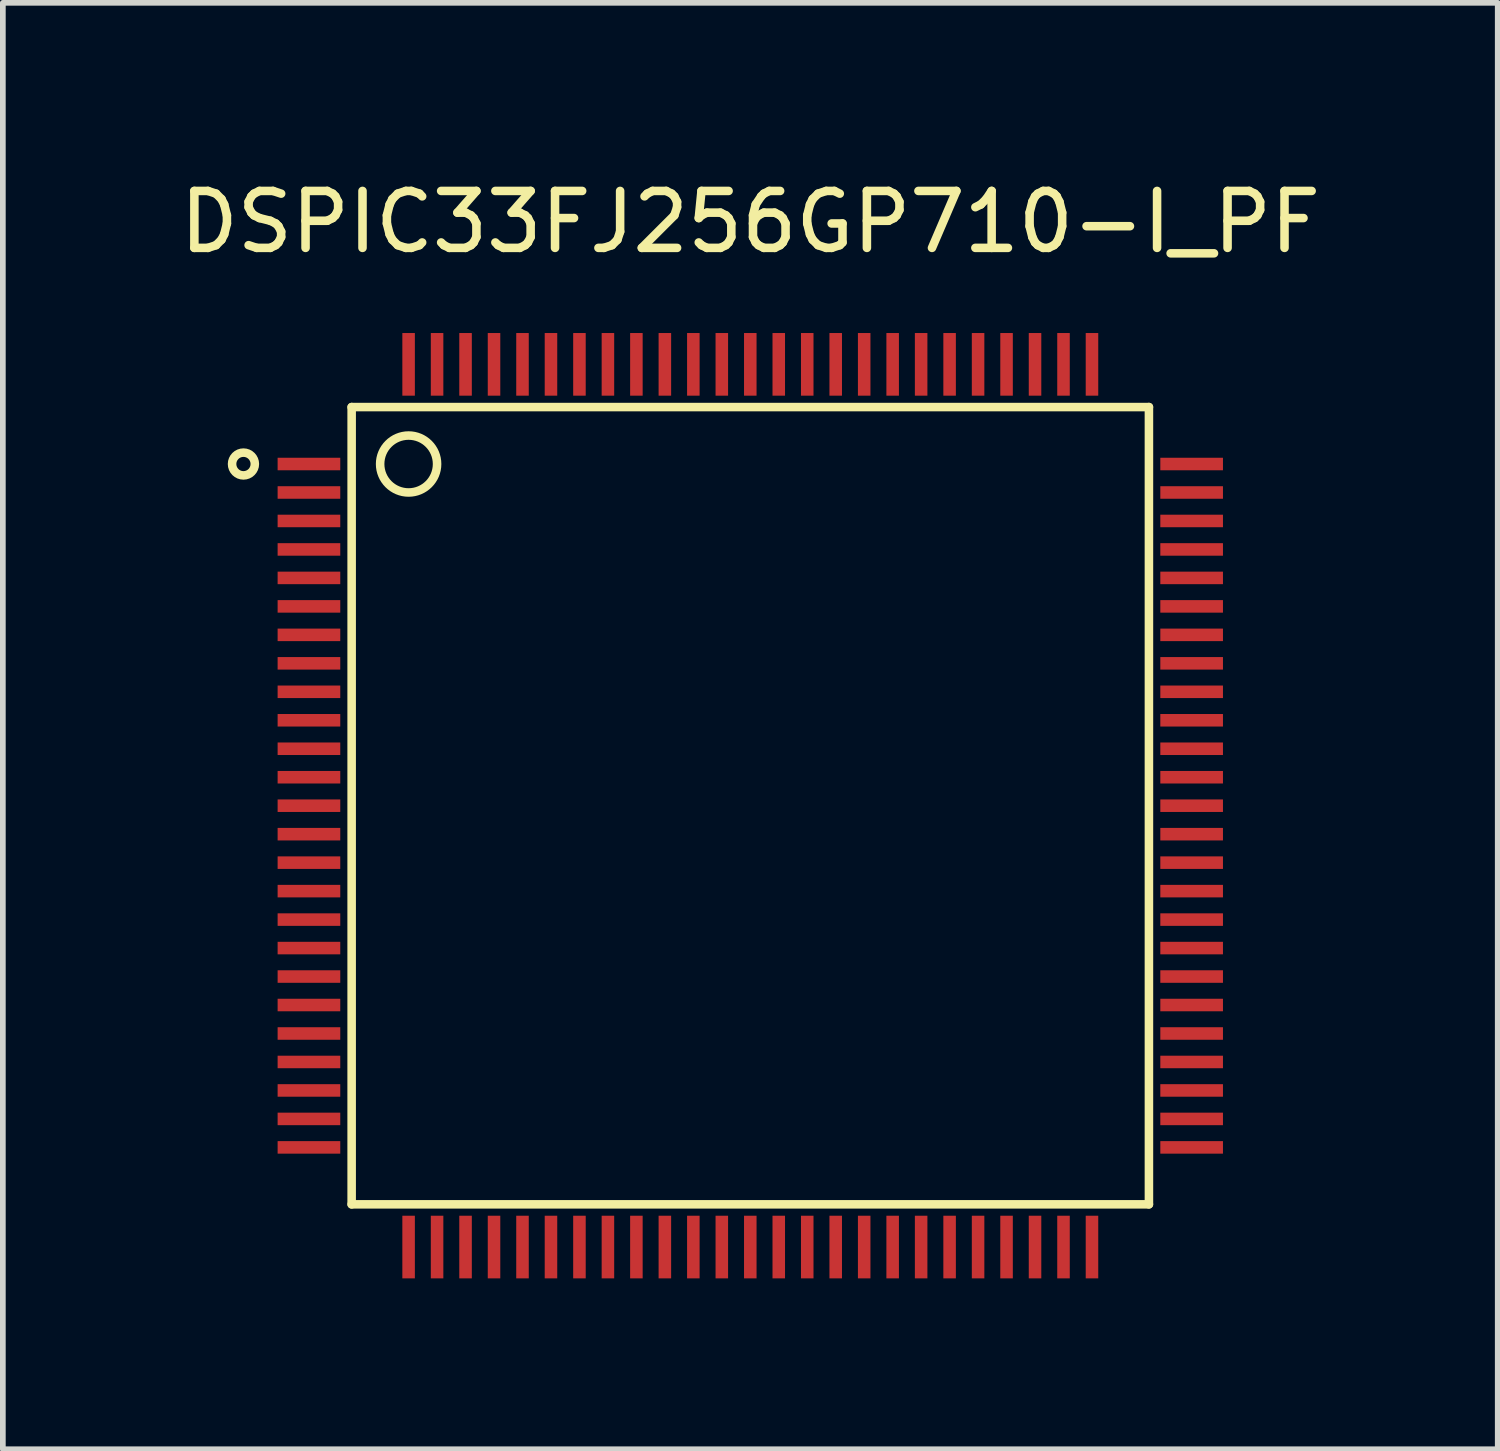
<source format=kicad_pcb>
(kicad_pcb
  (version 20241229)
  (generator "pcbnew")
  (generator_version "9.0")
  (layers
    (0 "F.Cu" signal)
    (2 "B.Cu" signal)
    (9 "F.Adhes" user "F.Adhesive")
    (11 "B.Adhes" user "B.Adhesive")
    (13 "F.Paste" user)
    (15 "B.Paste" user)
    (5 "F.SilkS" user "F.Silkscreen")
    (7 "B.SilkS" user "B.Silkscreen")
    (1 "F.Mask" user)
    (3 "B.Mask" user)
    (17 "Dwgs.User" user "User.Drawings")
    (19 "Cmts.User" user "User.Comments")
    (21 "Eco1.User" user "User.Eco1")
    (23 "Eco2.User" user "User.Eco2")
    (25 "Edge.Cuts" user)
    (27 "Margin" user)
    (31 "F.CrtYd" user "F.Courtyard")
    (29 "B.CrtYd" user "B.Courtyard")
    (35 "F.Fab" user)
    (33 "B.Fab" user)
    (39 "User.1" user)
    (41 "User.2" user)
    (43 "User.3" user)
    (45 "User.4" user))
  (footprint "DSPIC33FJ256GP710-I_PF"
    (layer "F.Cu")
    (at 2.375 3.348)
    (property "Reference" "DSPIC33FJ256GP710-I_PF" (at 7.75 -2.5 0) (layer "F.SilkS") (effects (font (size 1 1) (thickness 0.15))))
    (attr through_hole)
    (fp_line (start 0.75 0.75) (end 0.75 14.75) (stroke (width 0.15) (type solid)) (layer "F.SilkS"))
    (fp_line (start 0.75 0.75) (end 14.75 0.75) (stroke (width 0.15) (type solid)) (layer "F.SilkS"))
    (fp_line (start 0.75 14.75) (end 14.75 14.75) (stroke (width 0.15) (type solid)) (layer "F.SilkS"))
    (fp_line (start 14.75 14.75) (end 14.75 0.75) (stroke (width 0.15) (type solid)) (layer "F.SilkS"))
    (fp_circle (center -1.15 1.75) (end -1.15 1.55) (stroke (width 0.15) (type solid)) (fill no) (layer "F.SilkS"))
    (fp_circle (center 1.75 1.75) (end 1.75 1.25) (stroke (width 0.15) (type solid)) (fill no) (layer "F.SilkS"))
    (pad "1" smd rect (at 0 1.75) (size 1.1 0.22) (layers "F.Cu" "F.Mask" "F.Paste"))
    (pad "2" smd rect (at 0 2.25) (size 1.1 0.22) (layers "F.Cu" "F.Mask" "F.Paste"))
    (pad "3" smd rect (at 0 2.75) (size 1.1 0.22) (layers "F.Cu" "F.Mask" "F.Paste"))
    (pad "4" smd rect (at 0 3.25) (size 1.1 0.22) (layers "F.Cu" "F.Mask" "F.Paste"))
    (pad "5" smd rect (at 0 3.75) (size 1.1 0.22) (layers "F.Cu" "F.Mask" "F.Paste"))
    (pad "6" smd rect (at 0 4.25) (size 1.1 0.22) (layers "F.Cu" "F.Mask" "F.Paste"))
    (pad "7" smd rect (at 0 4.75) (size 1.1 0.22) (layers "F.Cu" "F.Mask" "F.Paste"))
    (pad "8" smd rect (at 0 5.25) (size 1.1 0.22) (layers "F.Cu" "F.Mask" "F.Paste"))
    (pad "9" smd rect (at 0 5.75) (size 1.1 0.22) (layers "F.Cu" "F.Mask" "F.Paste"))
    (pad "10" smd rect (at 0 6.25) (size 1.1 0.22) (layers "F.Cu" "F.Mask" "F.Paste"))
    (pad "11" smd rect (at 0 6.75) (size 1.1 0.22) (layers "F.Cu" "F.Mask" "F.Paste"))
    (pad "12" smd rect (at 0 7.25) (size 1.1 0.22) (layers "F.Cu" "F.Mask" "F.Paste"))
    (pad "13" smd rect (at 0 7.75) (size 1.1 0.22) (layers "F.Cu" "F.Mask" "F.Paste"))
    (pad "14" smd rect (at 0 8.25) (size 1.1 0.22) (layers "F.Cu" "F.Mask" "F.Paste"))
    (pad "15" smd rect (at 0 8.75) (size 1.1 0.22) (layers "F.Cu" "F.Mask" "F.Paste"))
    (pad "16" smd rect (at 0 9.25) (size 1.1 0.22) (layers "F.Cu" "F.Mask" "F.Paste"))
    (pad "17" smd rect (at 0 9.75) (size 1.1 0.22) (layers "F.Cu" "F.Mask" "F.Paste"))
    (pad "18" smd rect (at 0 10.25) (size 1.1 0.22) (layers "F.Cu" "F.Mask" "F.Paste"))
    (pad "19" smd rect (at 0 10.75) (size 1.1 0.22) (layers "F.Cu" "F.Mask" "F.Paste"))
    (pad "20" smd rect (at 0 11.25) (size 1.1 0.22) (layers "F.Cu" "F.Mask" "F.Paste"))
    (pad "21" smd rect (at 0 11.75) (size 1.1 0.22) (layers "F.Cu" "F.Mask" "F.Paste"))
    (pad "22" smd rect (at 0 12.25) (size 1.1 0.22) (layers "F.Cu" "F.Mask" "F.Paste"))
    (pad "23" smd rect (at 0 12.75) (size 1.1 0.22) (layers "F.Cu" "F.Mask" "F.Paste"))
    (pad "24" smd rect (at 0 13.25) (size 1.1 0.22) (layers "F.Cu" "F.Mask" "F.Paste"))
    (pad "25" smd rect (at 0 13.75) (size 1.1 0.22) (layers "F.Cu" "F.Mask" "F.Paste"))
    (pad "26" smd rect (at 1.75 15.5) (size 0.22 1.1) (layers "F.Cu" "F.Mask" "F.Paste"))
    (pad "27" smd rect (at 2.25 15.5) (size 0.22 1.1) (layers "F.Cu" "F.Mask" "F.Paste"))
    (pad "28" smd rect (at 2.75 15.5) (size 0.22 1.1) (layers "F.Cu" "F.Mask" "F.Paste"))
    (pad "29" smd rect (at 3.25 15.5) (size 0.22 1.1) (layers "F.Cu" "F.Mask" "F.Paste"))
    (pad "30" smd rect (at 3.75 15.5) (size 0.22 1.1) (layers "F.Cu" "F.Mask" "F.Paste"))
    (pad "31" smd rect (at 4.25 15.5) (size 0.22 1.1) (layers "F.Cu" "F.Mask" "F.Paste"))
    (pad "32" smd rect (at 4.75 15.5) (size 0.22 1.1) (layers "F.Cu" "F.Mask" "F.Paste"))
    (pad "33" smd rect (at 5.25 15.5) (size 0.22 1.1) (layers "F.Cu" "F.Mask" "F.Paste"))
    (pad "34" smd rect (at 5.75 15.5) (size 0.22 1.1) (layers "F.Cu" "F.Mask" "F.Paste"))
    (pad "35" smd rect (at 6.25 15.5) (size 0.22 1.1) (layers "F.Cu" "F.Mask" "F.Paste"))
    (pad "36" smd rect (at 6.75 15.5) (size 0.22 1.1) (layers "F.Cu" "F.Mask" "F.Paste"))
    (pad "37" smd rect (at 7.25 15.5) (size 0.22 1.1) (layers "F.Cu" "F.Mask" "F.Paste"))
    (pad "38" smd rect (at 7.75 15.5) (size 0.22 1.1) (layers "F.Cu" "F.Mask" "F.Paste"))
    (pad "39" smd rect (at 8.25 15.5) (size 0.22 1.1) (layers "F.Cu" "F.Mask" "F.Paste"))
    (pad "40" smd rect (at 8.75 15.5) (size 0.22 1.1) (layers "F.Cu" "F.Mask" "F.Paste"))
    (pad "41" smd rect (at 9.25 15.5) (size 0.22 1.1) (layers "F.Cu" "F.Mask" "F.Paste"))
    (pad "42" smd rect (at 9.75 15.5) (size 0.22 1.1) (layers "F.Cu" "F.Mask" "F.Paste"))
    (pad "43" smd rect (at 10.25 15.5) (size 0.22 1.1) (layers "F.Cu" "F.Mask" "F.Paste"))
    (pad "44" smd rect (at 10.75 15.5) (size 0.22 1.1) (layers "F.Cu" "F.Mask" "F.Paste"))
    (pad "45" smd rect (at 11.25 15.5) (size 0.22 1.1) (layers "F.Cu" "F.Mask" "F.Paste"))
    (pad "46" smd rect (at 11.75 15.5) (size 0.22 1.1) (layers "F.Cu" "F.Mask" "F.Paste"))
    (pad "47" smd rect (at 12.25 15.5) (size 0.22 1.1) (layers "F.Cu" "F.Mask" "F.Paste"))
    (pad "48" smd rect (at 12.75 15.5) (size 0.22 1.1) (layers "F.Cu" "F.Mask" "F.Paste"))
    (pad "49" smd rect (at 13.25 15.5) (size 0.22 1.1) (layers "F.Cu" "F.Mask" "F.Paste"))
    (pad "50" smd rect (at 13.75 15.5) (size 0.22 1.1) (layers "F.Cu" "F.Mask" "F.Paste"))
    (pad "51" smd rect (at 15.5 13.75) (size 1.1 0.22) (layers "F.Cu" "F.Mask" "F.Paste"))
    (pad "52" smd rect (at 15.5 13.25) (size 1.1 0.22) (layers "F.Cu" "F.Mask" "F.Paste"))
    (pad "53" smd rect (at 15.5 12.75) (size 1.1 0.22) (layers "F.Cu" "F.Mask" "F.Paste"))
    (pad "54" smd rect (at 15.5 12.25) (size 1.1 0.22) (layers "F.Cu" "F.Mask" "F.Paste"))
    (pad "55" smd rect (at 15.5 11.75) (size 1.1 0.22) (layers "F.Cu" "F.Mask" "F.Paste"))
    (pad "56" smd rect (at 15.5 11.25) (size 1.1 0.22) (layers "F.Cu" "F.Mask" "F.Paste"))
    (pad "57" smd rect (at 15.5 10.75) (size 1.1 0.22) (layers "F.Cu" "F.Mask" "F.Paste"))
    (pad "58" smd rect (at 15.5 10.25) (size 1.1 0.22) (layers "F.Cu" "F.Mask" "F.Paste"))
    (pad "59" smd rect (at 15.5 9.75) (size 1.1 0.22) (layers "F.Cu" "F.Mask" "F.Paste"))
    (pad "60" smd rect (at 15.5 9.25) (size 1.1 0.22) (layers "F.Cu" "F.Mask" "F.Paste"))
    (pad "61" smd rect (at 15.5 8.75) (size 1.1 0.22) (layers "F.Cu" "F.Mask" "F.Paste"))
    (pad "62" smd rect (at 15.5 8.25) (size 1.1 0.22) (layers "F.Cu" "F.Mask" "F.Paste"))
    (pad "63" smd rect (at 15.5 7.75) (size 1.1 0.22) (layers "F.Cu" "F.Mask" "F.Paste"))
    (pad "64" smd rect (at 15.5 7.25) (size 1.1 0.22) (layers "F.Cu" "F.Mask" "F.Paste"))
    (pad "65" smd rect (at 15.5 6.75) (size 1.1 0.22) (layers "F.Cu" "F.Mask" "F.Paste"))
    (pad "66" smd rect (at 15.5 6.25) (size 1.1 0.22) (layers "F.Cu" "F.Mask" "F.Paste"))
    (pad "67" smd rect (at 15.5 5.75) (size 1.1 0.22) (layers "F.Cu" "F.Mask" "F.Paste"))
    (pad "68" smd rect (at 15.5 5.25) (size 1.1 0.22) (layers "F.Cu" "F.Mask" "F.Paste"))
    (pad "69" smd rect (at 15.5 4.75) (size 1.1 0.22) (layers "F.Cu" "F.Mask" "F.Paste"))
    (pad "70" smd rect (at 15.5 4.25) (size 1.1 0.22) (layers "F.Cu" "F.Mask" "F.Paste"))
    (pad "71" smd rect (at 15.5 3.75) (size 1.1 0.22) (layers "F.Cu" "F.Mask" "F.Paste"))
    (pad "72" smd rect (at 15.5 3.25) (size 1.1 0.22) (layers "F.Cu" "F.Mask" "F.Paste"))
    (pad "73" smd rect (at 15.5 2.75) (size 1.1 0.22) (layers "F.Cu" "F.Mask" "F.Paste"))
    (pad "74" smd rect (at 15.5 2.25) (size 1.1 0.22) (layers "F.Cu" "F.Mask" "F.Paste"))
    (pad "75" smd rect (at 15.5 1.75) (size 1.1 0.22) (layers "F.Cu" "F.Mask" "F.Paste"))
    (pad "76" smd rect (at 13.75 0) (size 0.22 1.1) (layers "F.Cu" "F.Mask" "F.Paste"))
    (pad "77" smd rect (at 13.25 0) (size 0.22 1.1) (layers "F.Cu" "F.Mask" "F.Paste"))
    (pad "78" smd rect (at 12.75 0) (size 0.22 1.1) (layers "F.Cu" "F.Mask" "F.Paste"))
    (pad "79" smd rect (at 12.25 0) (size 0.22 1.1) (layers "F.Cu" "F.Mask" "F.Paste"))
    (pad "80" smd rect (at 11.75 0) (size 0.22 1.1) (layers "F.Cu" "F.Mask" "F.Paste"))
    (pad "81" smd rect (at 11.25 0) (size 0.22 1.1) (layers "F.Cu" "F.Mask" "F.Paste"))
    (pad "82" smd rect (at 10.75 0) (size 0.22 1.1) (layers "F.Cu" "F.Mask" "F.Paste"))
    (pad "83" smd rect (at 10.25 0) (size 0.22 1.1) (layers "F.Cu" "F.Mask" "F.Paste"))
    (pad "84" smd rect (at 9.75 0) (size 0.22 1.1) (layers "F.Cu" "F.Mask" "F.Paste"))
    (pad "85" smd rect (at 9.25 0) (size 0.22 1.1) (layers "F.Cu" "F.Mask" "F.Paste"))
    (pad "86" smd rect (at 8.75 0) (size 0.22 1.1) (layers "F.Cu" "F.Mask" "F.Paste"))
    (pad "87" smd rect (at 8.25 0) (size 0.22 1.1) (layers "F.Cu" "F.Mask" "F.Paste"))
    (pad "88" smd rect (at 7.75 0) (size 0.22 1.1) (layers "F.Cu" "F.Mask" "F.Paste"))
    (pad "89" smd rect (at 7.25 0) (size 0.22 1.1) (layers "F.Cu" "F.Mask" "F.Paste"))
    (pad "90" smd rect (at 6.75 0) (size 0.22 1.1) (layers "F.Cu" "F.Mask" "F.Paste"))
    (pad "91" smd rect (at 6.25 0) (size 0.22 1.1) (layers "F.Cu" "F.Mask" "F.Paste"))
    (pad "92" smd rect (at 5.75 0) (size 0.22 1.1) (layers "F.Cu" "F.Mask" "F.Paste"))
    (pad "93" smd rect (at 5.25 0) (size 0.22 1.1) (layers "F.Cu" "F.Mask" "F.Paste"))
    (pad "94" smd rect (at 4.75 0) (size 0.22 1.1) (layers "F.Cu" "F.Mask" "F.Paste"))
    (pad "95" smd rect (at 4.25 0) (size 0.22 1.1) (layers "F.Cu" "F.Mask" "F.Paste"))
    (pad "96" smd rect (at 3.75 0) (size 0.22 1.1) (layers "F.Cu" "F.Mask" "F.Paste"))
    (pad "97" smd rect (at 3.25 0) (size 0.22 1.1) (layers "F.Cu" "F.Mask" "F.Paste"))
    (pad "98" smd rect (at 2.75 0) (size 0.22 1.1) (layers "F.Cu" "F.Mask" "F.Paste"))
    (pad "99" smd rect (at 2.25 0) (size 0.22 1.1) (layers "F.Cu" "F.Mask" "F.Paste"))
    (pad "100" smd rect (at 1.75 0) (size 0.22 1.1) (layers "F.Cu" "F.Mask" "F.Paste")))
  (gr_rect
    (start -3 -3)
    (end 23.25 22.398)
    (stroke (width 0.1) (type default))
    (fill no)
    (layer "Edge.Cuts")))
</source>
